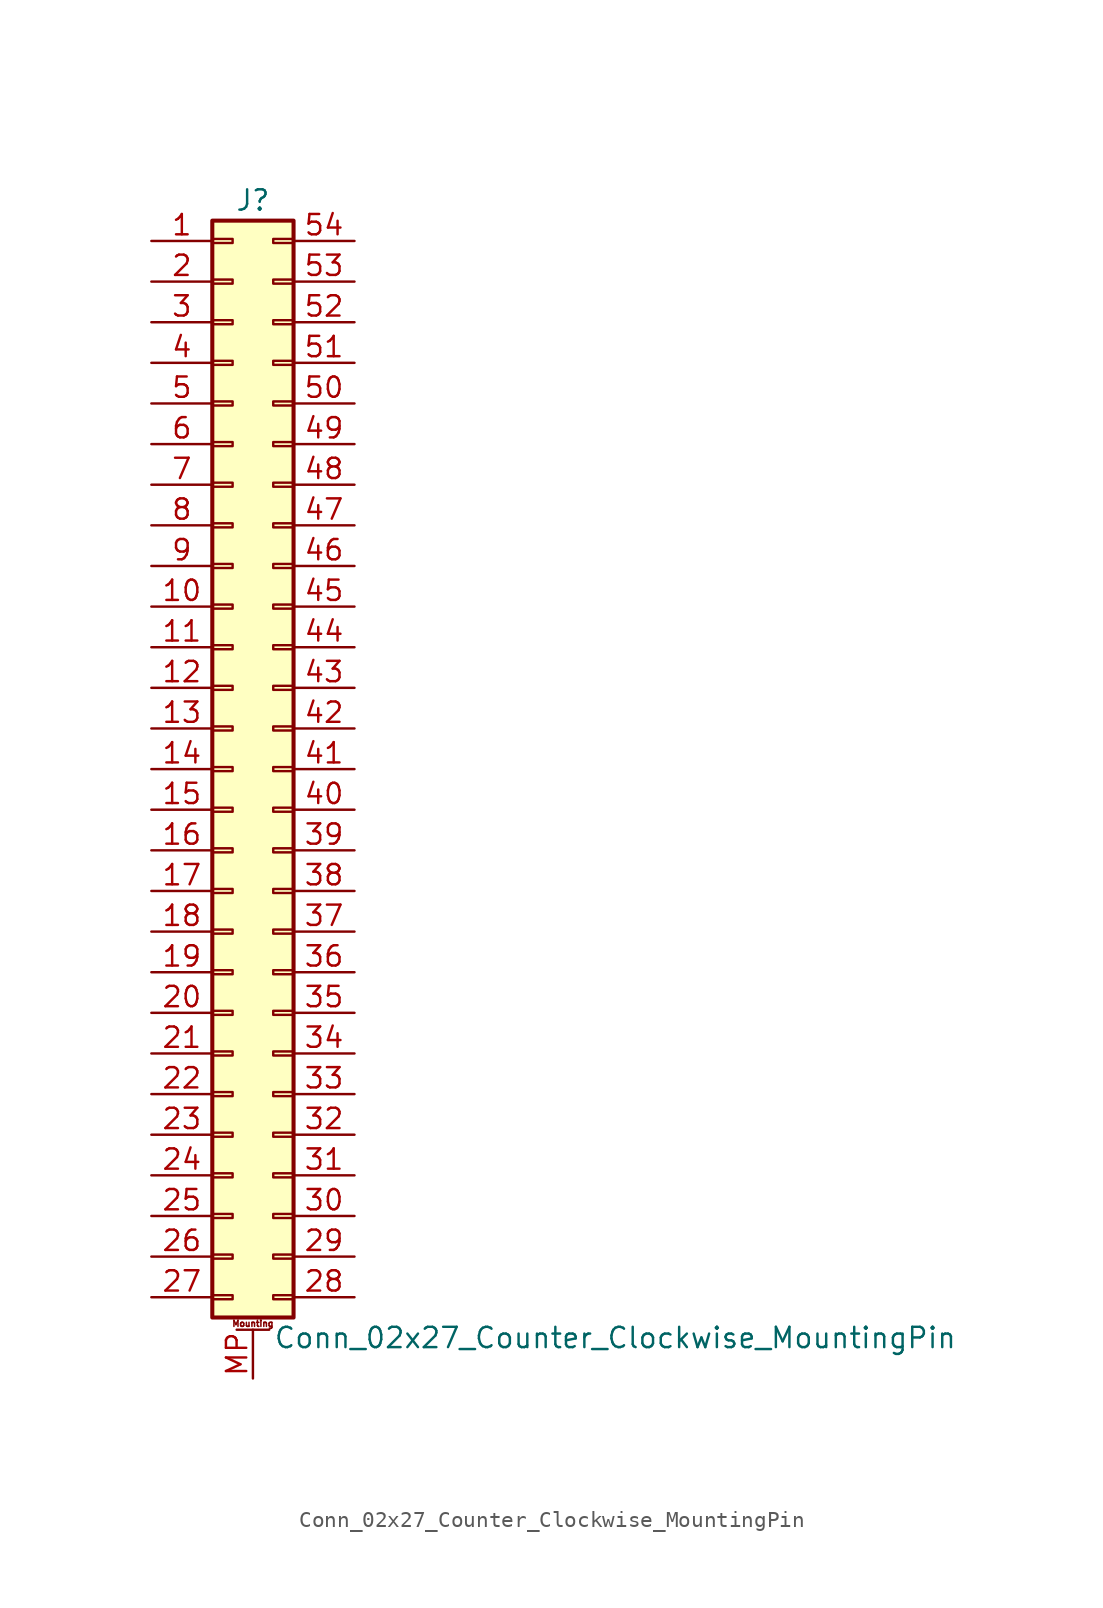
<source format=kicad_sym>
(kicad_symbol_lib
  (version 20201005)
  (generator kicad_symbol_editor)
  (symbol "Conn_02x27_Counter_Clockwise_MountingPin"
    (pin_names
      (offset 1.016) hide)
    (property "Reference" "J"
      (at 1.27 35.56 0)
      (effects (font (size 1.27 1.27))))
    (property "Value" "Conn_02x27_Counter_Clockwise_MountingPin"
      (at 2.54 -35.56 0)
      (effects (font (size 1.27 1.27)) (justify left)))
    (symbol "Conn_02x27_Counter_Clockwise_MountingPin_1_1"
      (text "Mounting" (at 1.27 -34.671 0) (effects (font (size 0.381 0.381))))
      (rectangle (start -1.27 -32.893) (end 0 -33.147) (stroke (width 0.152)) (fill (type none)))
      (rectangle (start -1.27 -30.353) (end 0 -30.607) (stroke (width 0.152)) (fill (type none)))
      (rectangle (start -1.27 -27.813) (end 0 -28.067) (stroke (width 0.152)) (fill (type none)))
      (rectangle (start -1.27 -25.273) (end 0 -25.527) (stroke (width 0.152)) (fill (type none)))
      (rectangle (start -1.27 -22.733) (end 0 -22.987) (stroke (width 0.152)) (fill (type none)))
      (rectangle (start -1.27 -20.193) (end 0 -20.447) (stroke (width 0.152)) (fill (type none)))
      (rectangle (start -1.27 -17.653) (end 0 -17.907) (stroke (width 0.152)) (fill (type none)))
      (rectangle (start -1.27 -15.113) (end 0 -15.367) (stroke (width 0.152)) (fill (type none)))
      (rectangle (start -1.27 -12.573) (end 0 -12.827) (stroke (width 0.152)) (fill (type none)))
      (rectangle (start -1.27 -10.033) (end 0 -10.287) (stroke (width 0.152)) (fill (type none)))
      (rectangle (start -1.27 -7.493) (end 0 -7.747) (stroke (width 0.152)) (fill (type none)))
      (rectangle (start -1.27 -4.953) (end 0 -5.207) (stroke (width 0.152)) (fill (type none)))
      (rectangle (start -1.27 -2.413) (end 0 -2.667) (stroke (width 0.152)) (fill (type none)))
      (rectangle (start -1.27 0.127) (end 0 -0.127) (stroke (width 0.152)) (fill (type none)))
      (rectangle (start -1.27 2.667) (end 0 2.413) (stroke (width 0.152)) (fill (type none)))
      (rectangle (start -1.27 5.207) (end 0 4.953) (stroke (width 0.152)) (fill (type none)))
      (rectangle (start -1.27 7.747) (end 0 7.493) (stroke (width 0.152)) (fill (type none)))
      (rectangle (start -1.27 10.287) (end 0 10.033) (stroke (width 0.152)) (fill (type none)))
      (rectangle (start -1.27 12.827) (end 0 12.573) (stroke (width 0.152)) (fill (type none)))
      (rectangle (start -1.27 15.367) (end 0 15.113) (stroke (width 0.152)) (fill (type none)))
      (rectangle (start -1.27 17.907) (end 0 17.653) (stroke (width 0.152)) (fill (type none)))
      (rectangle (start -1.27 20.447) (end 0 20.193) (stroke (width 0.152)) (fill (type none)))
      (rectangle (start -1.27 22.987) (end 0 22.733) (stroke (width 0.152)) (fill (type none)))
      (rectangle (start -1.27 25.527) (end 0 25.273) (stroke (width 0.152)) (fill (type none)))
      (rectangle (start -1.27 28.067) (end 0 27.813) (stroke (width 0.152)) (fill (type none)))
      (rectangle (start -1.27 30.607) (end 0 30.353) (stroke (width 0.152)) (fill (type none)))
      (rectangle (start -1.27 33.147) (end 0 32.893) (stroke (width 0.152)) (fill (type none)))
      (rectangle (start 3.81 -32.893) (end 2.54 -33.147) (stroke (width 0.152)) (fill (type none)))
      (rectangle (start 3.81 -30.353) (end 2.54 -30.607) (stroke (width 0.152)) (fill (type none)))
      (rectangle (start 3.81 -27.813) (end 2.54 -28.067) (stroke (width 0.152)) (fill (type none)))
      (rectangle (start 3.81 -25.273) (end 2.54 -25.527) (stroke (width 0.152)) (fill (type none)))
      (rectangle (start 3.81 -22.733) (end 2.54 -22.987) (stroke (width 0.152)) (fill (type none)))
      (rectangle (start 3.81 -20.193) (end 2.54 -20.447) (stroke (width 0.152)) (fill (type none)))
      (rectangle (start 3.81 -17.653) (end 2.54 -17.907) (stroke (width 0.152)) (fill (type none)))
      (rectangle (start 3.81 -15.113) (end 2.54 -15.367) (stroke (width 0.152)) (fill (type none)))
      (rectangle (start 3.81 -12.573) (end 2.54 -12.827) (stroke (width 0.152)) (fill (type none)))
      (rectangle (start 3.81 -10.033) (end 2.54 -10.287) (stroke (width 0.152)) (fill (type none)))
      (rectangle (start 3.81 -7.493) (end 2.54 -7.747) (stroke (width 0.152)) (fill (type none)))
      (rectangle (start 3.81 -4.953) (end 2.54 -5.207) (stroke (width 0.152)) (fill (type none)))
      (rectangle (start 3.81 -2.413) (end 2.54 -2.667) (stroke (width 0.152)) (fill (type none)))
      (rectangle (start 3.81 0.127) (end 2.54 -0.127) (stroke (width 0.152)) (fill (type none)))
      (rectangle (start 3.81 2.667) (end 2.54 2.413) (stroke (width 0.152)) (fill (type none)))
      (rectangle (start 3.81 5.207) (end 2.54 4.953) (stroke (width 0.152)) (fill (type none)))
      (rectangle (start 3.81 7.747) (end 2.54 7.493) (stroke (width 0.152)) (fill (type none)))
      (rectangle (start 3.81 10.287) (end 2.54 10.033) (stroke (width 0.152)) (fill (type none)))
      (rectangle (start 3.81 12.827) (end 2.54 12.573) (stroke (width 0.152)) (fill (type none)))
      (rectangle (start 3.81 15.367) (end 2.54 15.113) (stroke (width 0.152)) (fill (type none)))
      (rectangle (start 3.81 17.907) (end 2.54 17.653) (stroke (width 0.152)) (fill (type none)))
      (rectangle (start 3.81 20.447) (end 2.54 20.193) (stroke (width 0.152)) (fill (type none)))
      (rectangle (start 3.81 22.987) (end 2.54 22.733) (stroke (width 0.152)) (fill (type none)))
      (rectangle (start 3.81 25.527) (end 2.54 25.273) (stroke (width 0.152)) (fill (type none)))
      (rectangle (start 3.81 28.067) (end 2.54 27.813) (stroke (width 0.152)) (fill (type none)))
      (rectangle (start 3.81 30.607) (end 2.54 30.353) (stroke (width 0.152)) (fill (type none)))
      (rectangle (start 3.81 33.147) (end 2.54 32.893) (stroke (width 0.152)) (fill (type none)))
      (rectangle (start -1.27 34.29) (end 3.81 -34.29) (stroke (width 0.254)) (fill (type background)))
      (polyline (pts (xy 0.254 -35.052) (xy 2.286 -35.052)) (stroke (width 0.152)) (fill (type none)))
      (pin passive line (at -5.08 33.02 0) (length 3.81) (name "Pin_1" (effects (font (size 1.27 1.27)))) (number "1" (effects (font (size 1.27 1.27)))))
      (pin passive line (at -5.08 10.16 0) (length 3.81) (name "Pin_10" (effects (font (size 1.27 1.27)))) (number "10" (effects (font (size 1.27 1.27)))))
      (pin passive line (at -5.08 7.62 0) (length 3.81) (name "Pin_11" (effects (font (size 1.27 1.27)))) (number "11" (effects (font (size 1.27 1.27)))))
      (pin passive line (at -5.08 5.08 0) (length 3.81) (name "Pin_12" (effects (font (size 1.27 1.27)))) (number "12" (effects (font (size 1.27 1.27)))))
      (pin passive line (at -5.08 2.54 0) (length 3.81) (name "Pin_13" (effects (font (size 1.27 1.27)))) (number "13" (effects (font (size 1.27 1.27)))))
      (pin passive line (at -5.08 0 0) (length 3.81) (name "Pin_14" (effects (font (size 1.27 1.27)))) (number "14" (effects (font (size 1.27 1.27)))))
      (pin passive line (at -5.08 -2.54 0) (length 3.81) (name "Pin_15" (effects (font (size 1.27 1.27)))) (number "15" (effects (font (size 1.27 1.27)))))
      (pin passive line (at -5.08 -5.08 0) (length 3.81) (name "Pin_16" (effects (font (size 1.27 1.27)))) (number "16" (effects (font (size 1.27 1.27)))))
      (pin passive line (at -5.08 -7.62 0) (length 3.81) (name "Pin_17" (effects (font (size 1.27 1.27)))) (number "17" (effects (font (size 1.27 1.27)))))
      (pin passive line (at -5.08 -10.16 0) (length 3.81) (name "Pin_18" (effects (font (size 1.27 1.27)))) (number "18" (effects (font (size 1.27 1.27)))))
      (pin passive line (at -5.08 -12.7 0) (length 3.81) (name "Pin_19" (effects (font (size 1.27 1.27)))) (number "19" (effects (font (size 1.27 1.27)))))
      (pin passive line (at -5.08 30.48 0) (length 3.81) (name "Pin_2" (effects (font (size 1.27 1.27)))) (number "2" (effects (font (size 1.27 1.27)))))
      (pin passive line (at -5.08 -15.24 0) (length 3.81) (name "Pin_20" (effects (font (size 1.27 1.27)))) (number "20" (effects (font (size 1.27 1.27)))))
      (pin passive line (at -5.08 -17.78 0) (length 3.81) (name "Pin_21" (effects (font (size 1.27 1.27)))) (number "21" (effects (font (size 1.27 1.27)))))
      (pin passive line (at -5.08 -20.32 0) (length 3.81) (name "Pin_22" (effects (font (size 1.27 1.27)))) (number "22" (effects (font (size 1.27 1.27)))))
      (pin passive line (at -5.08 -22.86 0) (length 3.81) (name "Pin_23" (effects (font (size 1.27 1.27)))) (number "23" (effects (font (size 1.27 1.27)))))
      (pin passive line (at -5.08 -25.4 0) (length 3.81) (name "Pin_24" (effects (font (size 1.27 1.27)))) (number "24" (effects (font (size 1.27 1.27)))))
      (pin passive line (at -5.08 -27.94 0) (length 3.81) (name "Pin_25" (effects (font (size 1.27 1.27)))) (number "25" (effects (font (size 1.27 1.27)))))
      (pin passive line (at -5.08 -30.48 0) (length 3.81) (name "Pin_26" (effects (font (size 1.27 1.27)))) (number "26" (effects (font (size 1.27 1.27)))))
      (pin passive line (at -5.08 -33.02 0) (length 3.81) (name "Pin_27" (effects (font (size 1.27 1.27)))) (number "27" (effects (font (size 1.27 1.27)))))
      (pin passive line (at 7.62 -33.02 180) (length 3.81) (name "Pin_28" (effects (font (size 1.27 1.27)))) (number "28" (effects (font (size 1.27 1.27)))))
      (pin passive line (at 7.62 -30.48 180) (length 3.81) (name "Pin_29" (effects (font (size 1.27 1.27)))) (number "29" (effects (font (size 1.27 1.27)))))
      (pin passive line (at -5.08 27.94 0) (length 3.81) (name "Pin_3" (effects (font (size 1.27 1.27)))) (number "3" (effects (font (size 1.27 1.27)))))
      (pin passive line (at 7.62 -27.94 180) (length 3.81) (name "Pin_30" (effects (font (size 1.27 1.27)))) (number "30" (effects (font (size 1.27 1.27)))))
      (pin passive line (at 7.62 -25.4 180) (length 3.81) (name "Pin_31" (effects (font (size 1.27 1.27)))) (number "31" (effects (font (size 1.27 1.27)))))
      (pin passive line (at 7.62 -22.86 180) (length 3.81) (name "Pin_32" (effects (font (size 1.27 1.27)))) (number "32" (effects (font (size 1.27 1.27)))))
      (pin passive line (at 7.62 -20.32 180) (length 3.81) (name "Pin_33" (effects (font (size 1.27 1.27)))) (number "33" (effects (font (size 1.27 1.27)))))
      (pin passive line (at 7.62 -17.78 180) (length 3.81) (name "Pin_34" (effects (font (size 1.27 1.27)))) (number "34" (effects (font (size 1.27 1.27)))))
      (pin passive line (at 7.62 -15.24 180) (length 3.81) (name "Pin_35" (effects (font (size 1.27 1.27)))) (number "35" (effects (font (size 1.27 1.27)))))
      (pin passive line (at 7.62 -12.7 180) (length 3.81) (name "Pin_36" (effects (font (size 1.27 1.27)))) (number "36" (effects (font (size 1.27 1.27)))))
      (pin passive line (at 7.62 -10.16 180) (length 3.81) (name "Pin_37" (effects (font (size 1.27 1.27)))) (number "37" (effects (font (size 1.27 1.27)))))
      (pin passive line (at 7.62 -7.62 180) (length 3.81) (name "Pin_38" (effects (font (size 1.27 1.27)))) (number "38" (effects (font (size 1.27 1.27)))))
      (pin passive line (at 7.62 -5.08 180) (length 3.81) (name "Pin_39" (effects (font (size 1.27 1.27)))) (number "39" (effects (font (size 1.27 1.27)))))
      (pin passive line (at -5.08 25.4 0) (length 3.81) (name "Pin_4" (effects (font (size 1.27 1.27)))) (number "4" (effects (font (size 1.27 1.27)))))
      (pin passive line (at 7.62 -2.54 180) (length 3.81) (name "Pin_40" (effects (font (size 1.27 1.27)))) (number "40" (effects (font (size 1.27 1.27)))))
      (pin passive line (at 7.62 0 180) (length 3.81) (name "Pin_41" (effects (font (size 1.27 1.27)))) (number "41" (effects (font (size 1.27 1.27)))))
      (pin passive line (at 7.62 2.54 180) (length 3.81) (name "Pin_42" (effects (font (size 1.27 1.27)))) (number "42" (effects (font (size 1.27 1.27)))))
      (pin passive line (at 7.62 5.08 180) (length 3.81) (name "Pin_43" (effects (font (size 1.27 1.27)))) (number "43" (effects (font (size 1.27 1.27)))))
      (pin passive line (at 7.62 7.62 180) (length 3.81) (name "Pin_44" (effects (font (size 1.27 1.27)))) (number "44" (effects (font (size 1.27 1.27)))))
      (pin passive line (at 7.62 10.16 180) (length 3.81) (name "Pin_45" (effects (font (size 1.27 1.27)))) (number "45" (effects (font (size 1.27 1.27)))))
      (pin passive line (at 7.62 12.7 180) (length 3.81) (name "Pin_46" (effects (font (size 1.27 1.27)))) (number "46" (effects (font (size 1.27 1.27)))))
      (pin passive line (at 7.62 15.24 180) (length 3.81) (name "Pin_47" (effects (font (size 1.27 1.27)))) (number "47" (effects (font (size 1.27 1.27)))))
      (pin passive line (at 7.62 17.78 180) (length 3.81) (name "Pin_48" (effects (font (size 1.27 1.27)))) (number "48" (effects (font (size 1.27 1.27)))))
      (pin passive line (at 7.62 20.32 180) (length 3.81) (name "Pin_49" (effects (font (size 1.27 1.27)))) (number "49" (effects (font (size 1.27 1.27)))))
      (pin passive line (at -5.08 22.86 0) (length 3.81) (name "Pin_5" (effects (font (size 1.27 1.27)))) (number "5" (effects (font (size 1.27 1.27)))))
      (pin passive line (at 7.62 22.86 180) (length 3.81) (name "Pin_50" (effects (font (size 1.27 1.27)))) (number "50" (effects (font (size 1.27 1.27)))))
      (pin passive line (at 7.62 25.4 180) (length 3.81) (name "Pin_51" (effects (font (size 1.27 1.27)))) (number "51" (effects (font (size 1.27 1.27)))))
      (pin passive line (at 7.62 27.94 180) (length 3.81) (name "Pin_52" (effects (font (size 1.27 1.27)))) (number "52" (effects (font (size 1.27 1.27)))))
      (pin passive line (at 7.62 30.48 180) (length 3.81) (name "Pin_53" (effects (font (size 1.27 1.27)))) (number "53" (effects (font (size 1.27 1.27)))))
      (pin passive line (at 7.62 33.02 180) (length 3.81) (name "Pin_54" (effects (font (size 1.27 1.27)))) (number "54" (effects (font (size 1.27 1.27)))))
      (pin passive line (at -5.08 20.32 0) (length 3.81) (name "Pin_6" (effects (font (size 1.27 1.27)))) (number "6" (effects (font (size 1.27 1.27)))))
      (pin passive line (at -5.08 17.78 0) (length 3.81) (name "Pin_7" (effects (font (size 1.27 1.27)))) (number "7" (effects (font (size 1.27 1.27)))))
      (pin passive line (at -5.08 15.24 0) (length 3.81) (name "Pin_8" (effects (font (size 1.27 1.27)))) (number "8" (effects (font (size 1.27 1.27)))))
      (pin passive line (at -5.08 12.7 0) (length 3.81) (name "Pin_9" (effects (font (size 1.27 1.27)))) (number "9" (effects (font (size 1.27 1.27)))))
      (pin passive line (at 1.27 -38.1 90) (length 3.048) (name "MountPin" (effects (font (size 1.27 1.27)))) (number "MP" (effects (font (size 1.27 1.27))))))))
</source>
